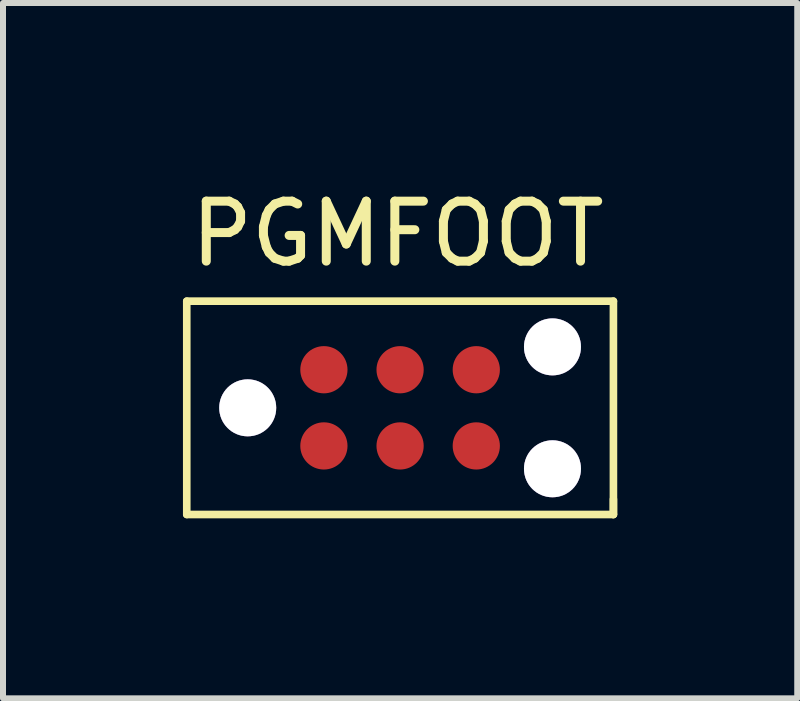
<source format=kicad_pcb>
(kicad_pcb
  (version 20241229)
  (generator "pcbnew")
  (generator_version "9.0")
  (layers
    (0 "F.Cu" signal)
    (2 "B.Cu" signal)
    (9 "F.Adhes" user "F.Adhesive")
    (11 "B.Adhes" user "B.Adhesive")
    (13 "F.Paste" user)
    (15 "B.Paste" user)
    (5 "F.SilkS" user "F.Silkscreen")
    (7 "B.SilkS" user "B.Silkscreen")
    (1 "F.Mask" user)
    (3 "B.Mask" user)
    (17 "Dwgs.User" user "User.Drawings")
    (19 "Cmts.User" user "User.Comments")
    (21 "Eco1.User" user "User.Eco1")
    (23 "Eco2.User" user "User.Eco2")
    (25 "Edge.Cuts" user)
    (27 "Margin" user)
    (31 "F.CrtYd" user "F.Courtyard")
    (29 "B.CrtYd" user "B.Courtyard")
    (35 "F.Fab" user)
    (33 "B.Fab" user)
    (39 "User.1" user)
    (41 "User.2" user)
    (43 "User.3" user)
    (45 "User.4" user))
  (footprint "PGMFOOT"
    (layer "F.Cu")
    (at 1.079 3.748)
    (property "Reference" "PGMFOOT" (at 2.5 -2.9 0) (layer "F.SilkS") (effects (font (size 1 1) (thickness 0.15))))
    (attr through_hole)
    (fp_line (start -1.016 -1.778) (end -1.016 1.778) (stroke (width 0.127) (type solid)) (layer "F.SilkS"))
    (fp_line (start -1.016 1.778) (end 6.096 1.778) (stroke (width 0.127) (type solid)) (layer "F.SilkS"))
    (fp_line (start 6.096 -1.778) (end -1.016 -1.778) (stroke (width 0.127) (type solid)) (layer "F.SilkS"))
    (fp_line (start 6.096 -1.778) (end 6.096 1.778) (stroke (width 0.127) (type solid)) (layer "F.SilkS"))
    (fp_line (start 6.096 1.778) (end 6.096 1.524) (stroke (width 0.127) (type solid)) (layer "F.SilkS"))
    (pad "1" smd circle (at 1.27 0.635) (size 0.787 0.787) (layers "F.Cu"))
    (pad "2" smd circle (at 1.27 -0.635) (size 0.787 0.787) (layers "F.Cu"))
    (pad "3" smd circle (at 2.54 0.635) (size 0.787 0.787) (layers "F.Cu"))
    (pad "4" smd circle (at 2.54 -0.635) (size 0.787 0.787) (layers "F.Cu"))
    (pad "5" thru_hole circle (at 0 0) (size 0.95 0.95) (drill 0.95) (layers "*.Cu"))
    (pad "5" smd circle (at 3.81 0.635) (size 0.787 0.787) (layers "F.Cu"))
    (pad "6" smd circle (at 3.81 -0.635) (size 0.787 0.787) (layers "F.Cu"))
    (pad "6" thru_hole circle (at 5.08 -1.016) (size 0.95 0.95) (drill 0.95) (layers "*.Cu"))
    (pad "7" thru_hole circle (at 5.08 1.016) (size 0.95 0.95) (drill 0.95) (layers "*.Cu")))
  (gr_rect
    (start -3 -3)
    (end 10.239 8.59)
    (stroke (width 0.1) (type default))
    (fill no)
    (layer "Edge.Cuts")))
</source>
